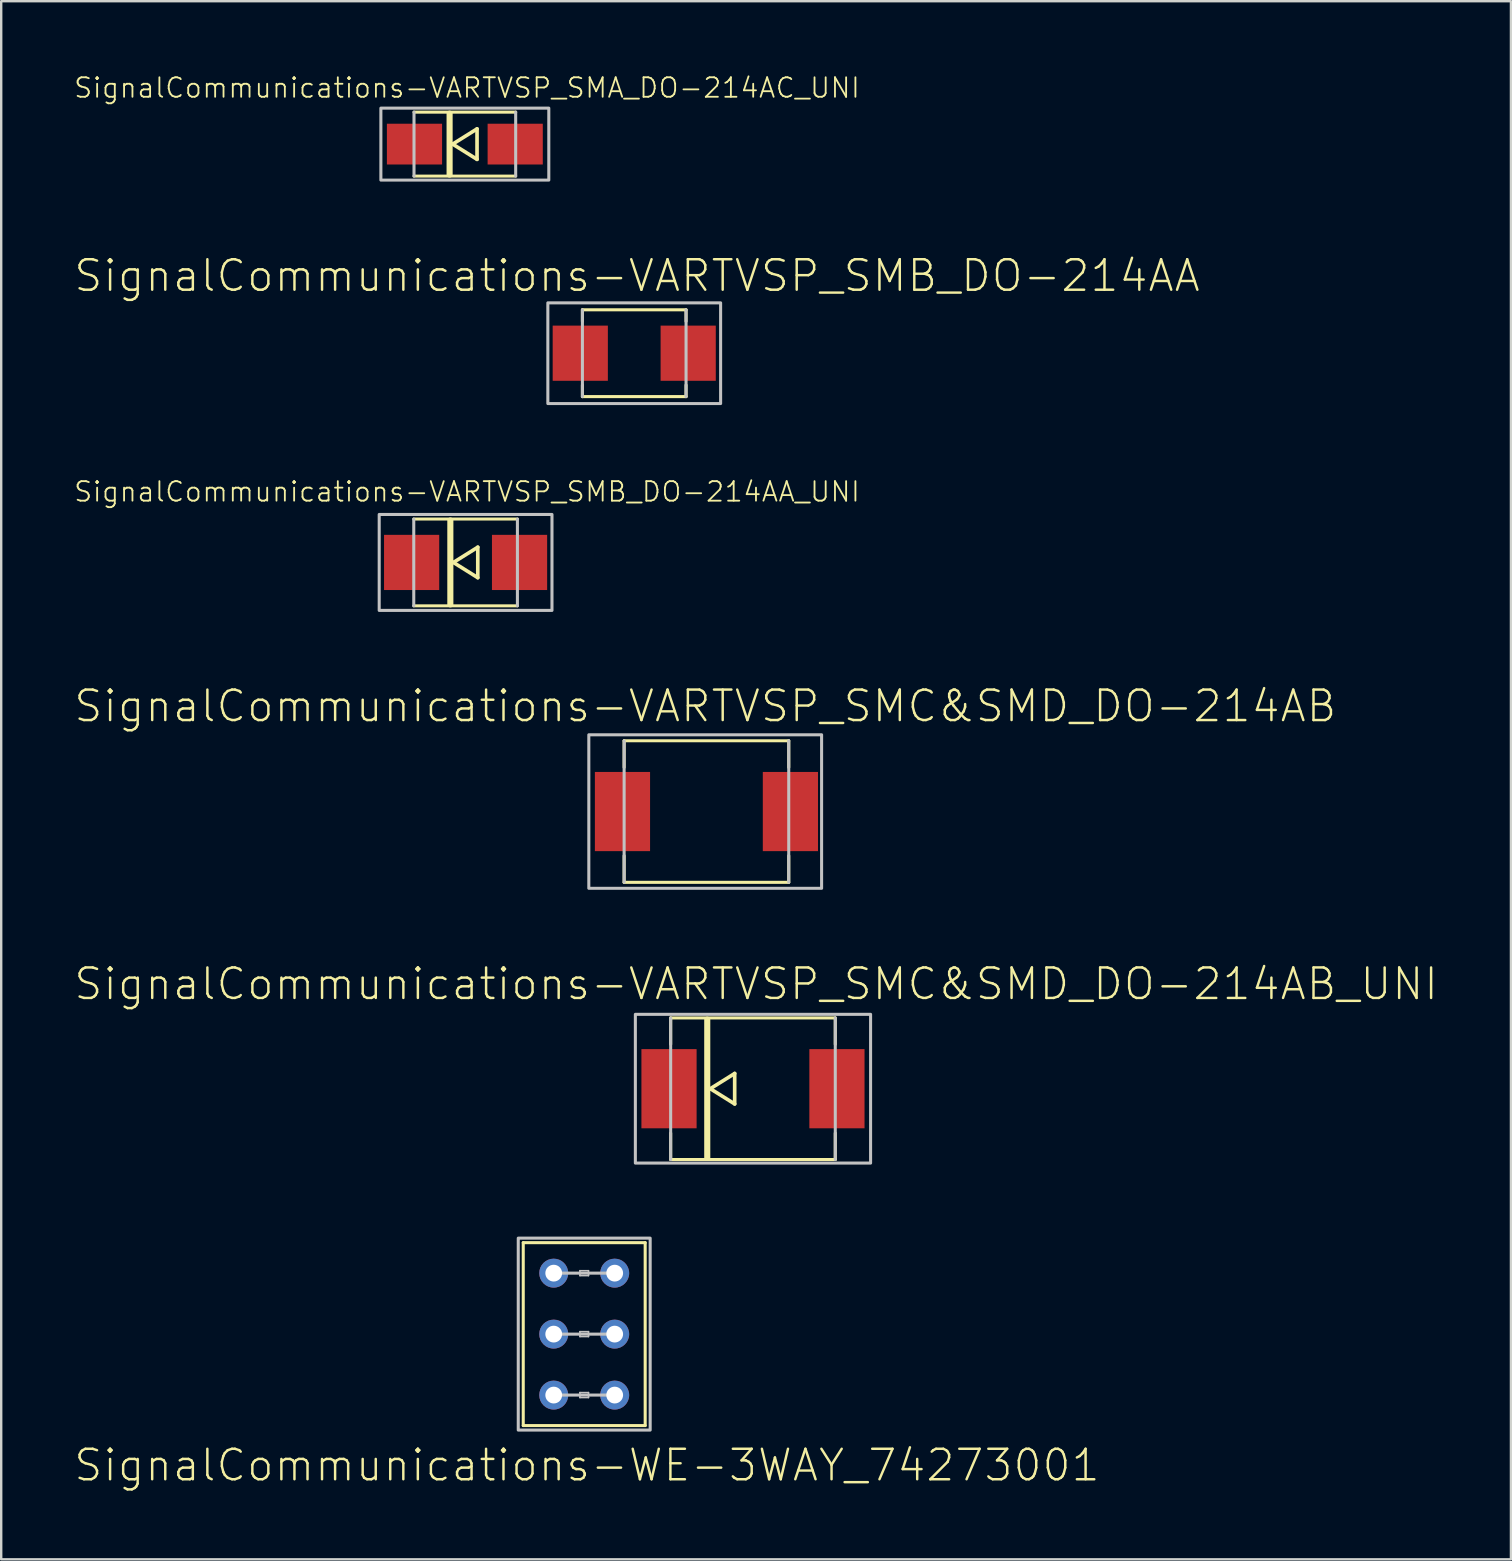
<source format=kicad_pcb>
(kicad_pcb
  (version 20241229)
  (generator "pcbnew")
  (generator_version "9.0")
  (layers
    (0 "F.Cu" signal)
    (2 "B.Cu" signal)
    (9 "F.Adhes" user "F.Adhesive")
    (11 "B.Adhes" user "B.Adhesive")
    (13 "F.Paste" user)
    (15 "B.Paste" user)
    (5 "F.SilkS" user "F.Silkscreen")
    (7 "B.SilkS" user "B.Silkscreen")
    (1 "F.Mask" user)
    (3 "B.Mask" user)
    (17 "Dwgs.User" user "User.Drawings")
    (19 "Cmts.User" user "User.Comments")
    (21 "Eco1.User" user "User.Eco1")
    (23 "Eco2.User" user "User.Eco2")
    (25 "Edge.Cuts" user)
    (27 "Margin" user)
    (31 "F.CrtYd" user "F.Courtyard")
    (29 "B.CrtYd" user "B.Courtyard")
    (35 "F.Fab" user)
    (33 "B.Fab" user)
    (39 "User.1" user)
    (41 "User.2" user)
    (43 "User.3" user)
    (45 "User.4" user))
  (footprint "SignalCommunications-VARTVSP_SMB_DO-214AA"
    (layer "F.Cu")
    (at 23.373 11.665)
    (property "Reference" "SignalCommunications-VARTVSP_SMB_DO-214AA" (at 0.117 -3.228 0) (layer "F.SilkS") (effects (font (size 1.27 1.27) (thickness 0.102))))
    (attr smd)
    (fp_line (start -2.159 -1.328) (end -2.159 -1.808) (stroke (width 0.127) (type solid)) (layer "F.SilkS"))
    (fp_line (start -2.159 1.328) (end -2.159 1.808) (stroke (width 0.127) (type solid)) (layer "F.SilkS"))
    (fp_line (start -2.159 1.808) (end 2.159 1.808) (stroke (width 0.127) (type solid)) (layer "F.SilkS"))
    (fp_line (start 2.159 -1.808) (end -2.159 -1.808) (stroke (width 0.127) (type solid)) (layer "F.SilkS"))
    (fp_line (start 2.159 -1.328) (end 2.159 -1.808) (stroke (width 0.127) (type solid)) (layer "F.SilkS"))
    (fp_line (start 2.159 1.328) (end 2.159 1.808) (stroke (width 0.127) (type solid)) (layer "F.SilkS"))
    (fp_line (start -2.159 -1.808) (end -2.159 1.808) (stroke (width 0.127) (type solid)) (layer "Dwgs.User"))
    (fp_line (start 2.159 1.808) (end 2.159 -1.808) (stroke (width 0.127) (type solid)) (layer "Dwgs.User"))
    (fp_poly (pts (xy -3.599 -2.098) (xy 3.599 -2.098) (xy 3.599 2.098) (xy -3.599 2.098) (xy -3.599 -2.098)) (stroke (width 0.127) (type solid)) (fill no) (layer "Dwgs.User"))
    (pad "1" smd rect (at -2.248 0) (size 2.299 2.299) (layers "F.Cu" "F.Mask" "F.Paste"))
    (pad "2" smd rect (at 2.248 0) (size 2.299 2.299) (layers "F.Cu" "F.Mask" "F.Paste")))
  (footprint "SignalCommunications-WE-3WAY_74273001"
    (layer "F.Cu")
    (at 21.289 52.531)
    (property "Reference" "SignalCommunications-WE-3WAY_74273001" (at 0.114 5.464 0) (layer "F.SilkS") (effects (font (size 1.27 1.27) (thickness 0.102))))
    (attr exclude_from_pos_files exclude_from_bom)
    (fp_line (start -2.54 -3.81) (end -2.54 3.81) (stroke (width 0.127) (type solid)) (layer "F.SilkS"))
    (fp_line (start -2.54 -3.81) (end 2.54 -3.81) (stroke (width 0.127) (type solid)) (layer "F.SilkS"))
    (fp_line (start 2.54 -3.81) (end 2.54 3.81) (stroke (width 0.127) (type solid)) (layer "F.SilkS"))
    (fp_line (start 2.54 3.81) (end -2.54 3.81) (stroke (width 0.127) (type solid)) (layer "F.SilkS"))
    (fp_line (start -1.27 -2.54) (end 1.27 -2.54) (stroke (width 0.127) (type solid)) (layer "Dwgs.User"))
    (fp_line (start -1.27 0) (end 1.27 0) (stroke (width 0.127) (type solid)) (layer "Dwgs.User"))
    (fp_line (start -1.27 2.54) (end 1.27 2.54) (stroke (width 0.127) (type solid)) (layer "Dwgs.User"))
    (fp_line (start -0.178 -2.642) (end 0.178 -2.642) (stroke (width 0.066) (type solid)) (layer "Dwgs.User"))
    (fp_line (start -0.178 -2.438) (end -0.178 -2.642) (stroke (width 0.066) (type solid)) (layer "Dwgs.User"))
    (fp_line (start -0.178 -2.438) (end 0.178 -2.438) (stroke (width 0.066) (type solid)) (layer "Dwgs.User"))
    (fp_line (start -0.178 -0.102) (end 0.178 -0.102) (stroke (width 0.066) (type solid)) (layer "Dwgs.User"))
    (fp_line (start -0.178 0.102) (end -0.178 -0.102) (stroke (width 0.066) (type solid)) (layer "Dwgs.User"))
    (fp_line (start -0.178 0.102) (end 0.178 0.102) (stroke (width 0.066) (type solid)) (layer "Dwgs.User"))
    (fp_line (start -0.178 2.436) (end 0.178 2.436) (stroke (width 0.066) (type solid)) (layer "Dwgs.User"))
    (fp_line (start -0.178 2.642) (end -0.178 2.436) (stroke (width 0.066) (type solid)) (layer "Dwgs.User"))
    (fp_line (start -0.178 2.642) (end 0.178 2.642) (stroke (width 0.066) (type solid)) (layer "Dwgs.User"))
    (fp_line (start 0.178 -2.438) (end 0.178 -2.642) (stroke (width 0.066) (type solid)) (layer "Dwgs.User"))
    (fp_line (start 0.178 0.102) (end 0.178 -0.102) (stroke (width 0.066) (type solid)) (layer "Dwgs.User"))
    (fp_line (start 0.178 2.642) (end 0.178 2.436) (stroke (width 0.066) (type solid)) (layer "Dwgs.User"))
    (fp_poly (pts (xy -2.748 -3.998) (xy 2.748 -3.998) (xy 2.748 3.998) (xy -2.748 3.998) (xy -2.748 -3.998)) (stroke (width 0.127) (type solid)) (fill no) (layer "Dwgs.User"))
    (pad "1" thru_hole circle (at -1.27 -2.54) (size 1.206 1.206) (drill 0.699) (layers "*.Cu" "*.Paste" "*.Mask"))
    (pad "2" thru_hole circle (at 1.27 -2.54) (size 1.206 1.206) (drill 0.699) (layers "*.Cu" "*.Paste" "*.Mask"))
    (pad "3" thru_hole circle (at -1.27 0) (size 1.206 1.206) (drill 0.699) (layers "*.Cu" "*.Paste" "*.Mask"))
    (pad "4" thru_hole circle (at 1.27 0) (size 1.206 1.206) (drill 0.699) (layers "*.Cu" "*.Paste" "*.Mask"))
    (pad "5" thru_hole circle (at -1.27 2.54) (size 1.206 1.206) (drill 0.699) (layers "*.Cu" "*.Paste" "*.Mask"))
    (pad "6" thru_hole circle (at 1.27 2.54) (size 1.206 1.206) (drill 0.699) (layers "*.Cu" "*.Paste" "*.Mask")))
  (footprint "SignalCommunications-VARTVSP_SMB_DO-214AA_UNI"
    (layer "F.Cu")
    (at 16.347 20.382)
    (property "Reference" "SignalCommunications-VARTVSP_SMB_DO-214AA_UNI" (at 0.058 -2.946 0) (layer "F.SilkS") (effects (font (size 0.813 0.813) (thickness 0.076))))
    (attr smd)
    (fp_line (start -2.159 1.808) (end 2.159 1.808) (stroke (width 0.127) (type solid)) (layer "F.SilkS"))
    (fp_line (start -0.635 -1.748) (end -0.635 1.748) (stroke (width 0.254) (type solid)) (layer "F.SilkS"))
    (fp_line (start -0.508 0) (end 0.508 -0.635) (stroke (width 0.152) (type solid)) (layer "F.SilkS"))
    (fp_line (start 0.508 -0.635) (end 0.508 0.635) (stroke (width 0.152) (type solid)) (layer "F.SilkS"))
    (fp_line (start 0.508 0.635) (end -0.508 0) (stroke (width 0.152) (type solid)) (layer "F.SilkS"))
    (fp_line (start 2.159 -1.808) (end -2.159 -1.808) (stroke (width 0.127) (type solid)) (layer "F.SilkS"))
    (fp_line (start -2.159 -1.808) (end -2.159 1.808) (stroke (width 0.127) (type solid)) (layer "Dwgs.User"))
    (fp_line (start 2.159 1.808) (end 2.159 -1.808) (stroke (width 0.127) (type solid)) (layer "Dwgs.User"))
    (fp_poly (pts (xy -3.599 -1.999) (xy 3.599 -1.999) (xy 3.599 1.999) (xy -3.599 1.999) (xy -3.599 -1.999)) (stroke (width 0.127) (type solid)) (fill no) (layer "Dwgs.User"))
    (pad "A" smd rect (at 2.248 0) (size 2.299 2.299) (layers "F.Cu" "F.Mask" "F.Paste"))
    (pad "C" smd rect (at -2.248 0) (size 2.299 2.299) (layers "F.Cu" "F.Mask" "F.Paste")))
  (footprint "SignalCommunications-VARTVSP_SMA_DO-214AC_UNI"
    (layer "F.Cu")
    (at 16.316 2.954)
    (property "Reference" "SignalCommunications-VARTVSP_SMA_DO-214AC_UNI" (at 0.089 -2.344 0) (layer "F.SilkS") (effects (font (size 0.813 0.813) (thickness 0.076))))
    (attr smd)
    (fp_line (start -2.118 1.333) (end 2.118 1.333) (stroke (width 0.127) (type solid)) (layer "F.SilkS"))
    (fp_line (start -0.635 -1.27) (end -0.635 1.27) (stroke (width 0.254) (type solid)) (layer "F.SilkS"))
    (fp_line (start -0.508 0) (end 0.508 -0.635) (stroke (width 0.152) (type solid)) (layer "F.SilkS"))
    (fp_line (start 0.508 -0.635) (end 0.508 0.635) (stroke (width 0.152) (type solid)) (layer "F.SilkS"))
    (fp_line (start 0.508 0.635) (end -0.508 0) (stroke (width 0.152) (type solid)) (layer "F.SilkS"))
    (fp_line (start 2.118 -1.333) (end -2.118 -1.333) (stroke (width 0.127) (type solid)) (layer "F.SilkS"))
    (fp_line (start -2.118 -1.333) (end -2.118 1.333) (stroke (width 0.127) (type solid)) (layer "Dwgs.User"))
    (fp_line (start 2.118 1.333) (end 2.118 -1.333) (stroke (width 0.127) (type solid)) (layer "Dwgs.User"))
    (fp_poly (pts (xy -3.498 -1.499) (xy 3.498 -1.499) (xy 3.498 1.499) (xy -3.498 1.499) (xy -3.498 -1.499)) (stroke (width 0.127) (type solid)) (fill no) (layer "Dwgs.User"))
    (pad "A" smd rect (at 2.098 0) (size 2.299 1.699) (layers "F.Cu" "F.Mask" "F.Paste"))
    (pad "C" smd rect (at -2.098 0) (size 2.299 1.699) (layers "F.Cu" "F.Mask" "F.Paste")))
  (footprint "SignalCommunications-VARTVSP_SMC&SMD_DO-214AB"
    (layer "F.Cu")
    (at 26.381 30.76)
    (property "Reference" "SignalCommunications-VARTVSP_SMC&SMD_DO-214AB" (at -0.048 -4.394 0) (layer "F.SilkS") (effects (font (size 1.27 1.27) (thickness 0.102))))
    (attr smd)
    (fp_line (start -3.429 -1.839) (end -3.429 -2.949) (stroke (width 0.127) (type solid)) (layer "F.SilkS"))
    (fp_line (start -3.429 1.839) (end -3.429 2.949) (stroke (width 0.127) (type solid)) (layer "F.SilkS"))
    (fp_line (start -3.429 2.949) (end 3.429 2.949) (stroke (width 0.127) (type solid)) (layer "F.SilkS"))
    (fp_line (start 3.429 -2.949) (end -3.429 -2.949) (stroke (width 0.127) (type solid)) (layer "F.SilkS"))
    (fp_line (start 3.429 -1.839) (end 3.429 -2.949) (stroke (width 0.127) (type solid)) (layer "F.SilkS"))
    (fp_line (start 3.429 1.839) (end 3.429 2.949) (stroke (width 0.127) (type solid)) (layer "F.SilkS"))
    (fp_line (start -3.429 -2.949) (end -3.429 2.949) (stroke (width 0.127) (type solid)) (layer "Dwgs.User"))
    (fp_line (start 3.429 2.949) (end 3.429 -2.949) (stroke (width 0.127) (type solid)) (layer "Dwgs.User"))
    (fp_poly (pts (xy -4.9 -3.198) (xy 4.798 -3.198) (xy 4.798 3.198) (xy -4.9 3.198) (xy -4.9 -3.198)) (stroke (width 0.127) (type solid)) (fill no) (layer "Dwgs.User"))
    (pad "1" smd rect (at -3.498 0) (size 2.299 3.299) (layers "F.Cu" "F.Mask" "F.Paste"))
    (pad "2" smd rect (at 3.498 0) (size 2.299 3.299) (layers "F.Cu" "F.Mask" "F.Paste")))
  (footprint "SignalCommunications-VARTVSP_SMC&SMD_DO-214AB_UNI"
    (layer "F.Cu")
    (at 28.32 42.307)
    (property "Reference" "SignalCommunications-VARTVSP_SMC&SMD_DO-214AB_UNI" (at 0.13 -4.364 0) (layer "F.SilkS") (effects (font (size 1.27 1.27) (thickness 0.102))))
    (attr smd)
    (fp_line (start -3.429 -1.849) (end -3.429 -2.949) (stroke (width 0.127) (type solid)) (layer "F.SilkS"))
    (fp_line (start -3.429 1.849) (end -3.429 2.949) (stroke (width 0.127) (type solid)) (layer "F.SilkS"))
    (fp_line (start -3.429 2.949) (end 3.429 2.949) (stroke (width 0.127) (type solid)) (layer "F.SilkS"))
    (fp_line (start -1.905 -2.878) (end -1.905 2.878) (stroke (width 0.254) (type solid)) (layer "F.SilkS"))
    (fp_line (start -1.778 0) (end -0.762 -0.635) (stroke (width 0.152) (type solid)) (layer "F.SilkS"))
    (fp_line (start -0.762 -0.635) (end -0.762 0.635) (stroke (width 0.152) (type solid)) (layer "F.SilkS"))
    (fp_line (start -0.762 0.635) (end -1.778 0) (stroke (width 0.152) (type solid)) (layer "F.SilkS"))
    (fp_line (start 3.421 -2.949) (end -3.429 -2.949) (stroke (width 0.127) (type solid)) (layer "F.SilkS"))
    (fp_line (start 3.429 -1.849) (end 3.429 -2.949) (stroke (width 0.127) (type solid)) (layer "F.SilkS"))
    (fp_line (start 3.429 1.849) (end 3.429 2.949) (stroke (width 0.127) (type solid)) (layer "F.SilkS"))
    (fp_line (start -3.429 -2.949) (end -3.429 2.949) (stroke (width 0.127) (type solid)) (layer "Dwgs.User"))
    (fp_line (start 3.429 2.949) (end 3.429 -2.949) (stroke (width 0.127) (type solid)) (layer "Dwgs.User"))
    (fp_poly (pts (xy -4.9 -3.099) (xy 4.9 -3.099) (xy 4.9 3.099) (xy -4.9 3.099) (xy -4.9 -3.099)) (stroke (width 0.127) (type solid)) (fill no) (layer "Dwgs.User"))
    (pad "A" smd rect (at 3.498 0) (size 2.299 3.299) (layers "F.Cu" "F.Mask" "F.Paste"))
    (pad "C" smd rect (at -3.498 0) (size 2.299 3.299) (layers "F.Cu" "F.Mask" "F.Paste")))
  (gr_rect
    (start -3 -3)
    (end 59.898 61.915)
    (stroke (width 0.1) (type default))
    (fill no)
    (layer "Edge.Cuts")))
</source>
